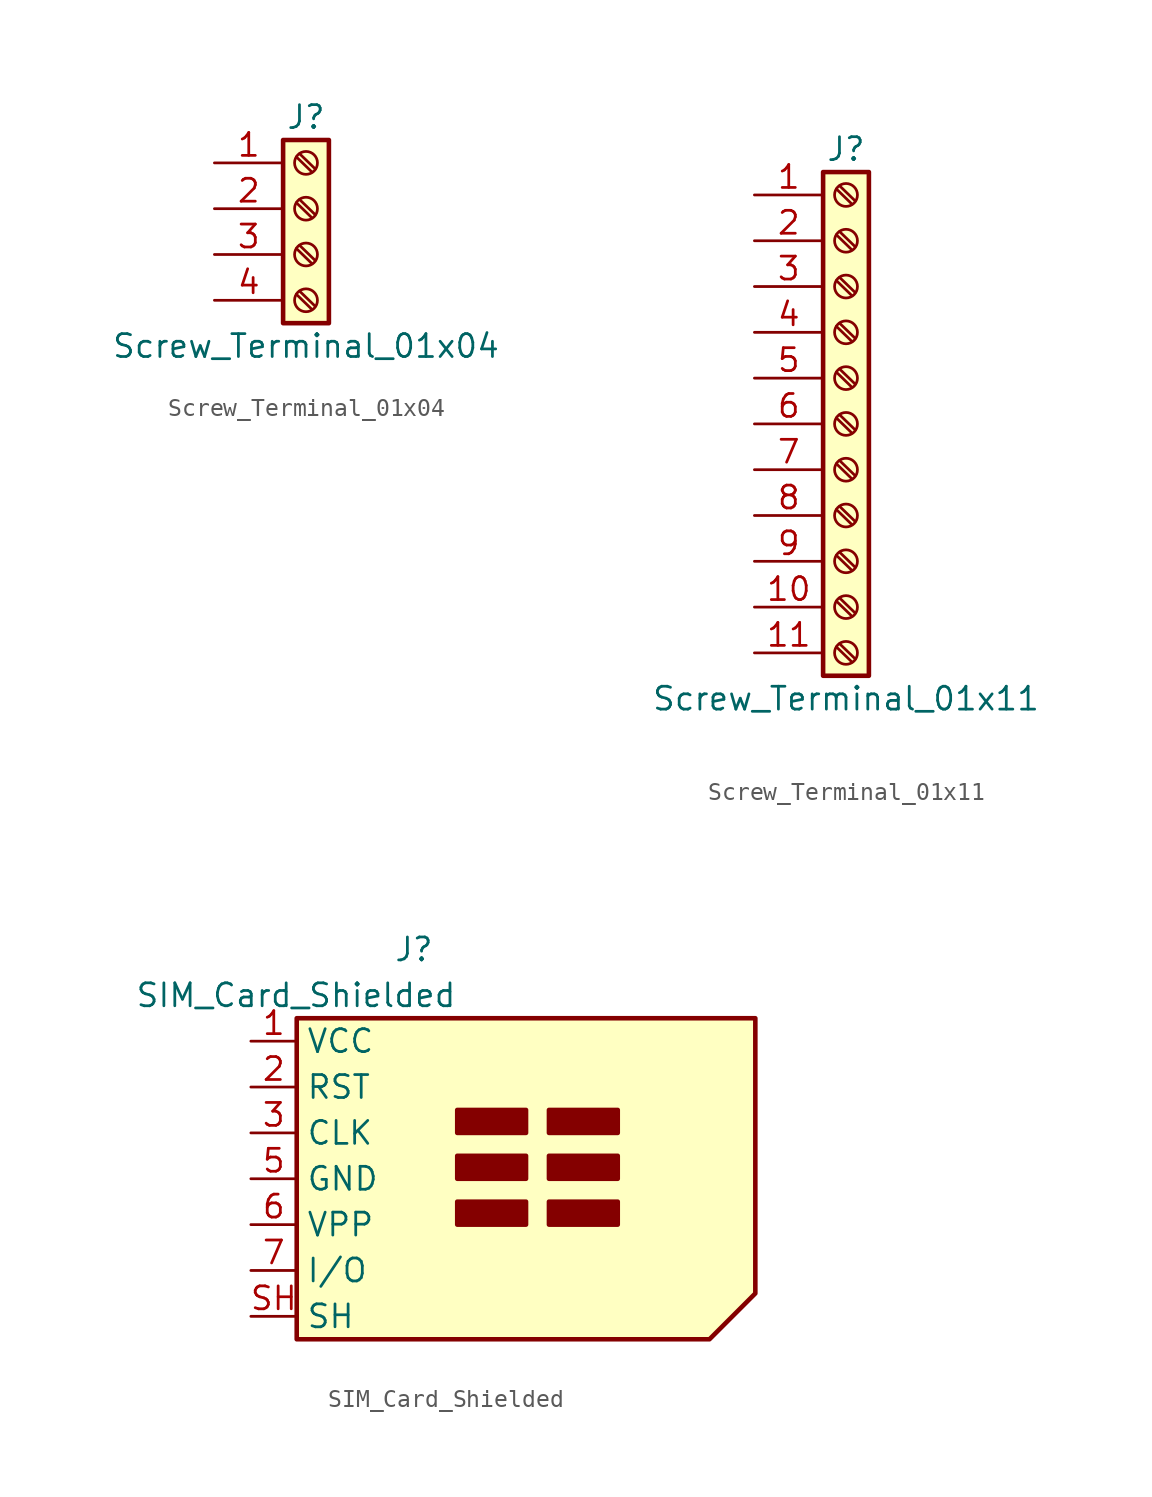
<source format=kicad_sym>
(kicad_symbol_lib
  (version 20241209)
  (generator "kicad_symbol_editor")
  (generator_version "9.0")
  (symbol "Screw_Terminal_01x04"
    (pin_names
      (offset 1.016)
      (hide yes))
    (property "Reference" "J"
      (at 0 5.08 0)
      (effects (font (size 1.27 1.27))))
    (property "Value" "Screw_Terminal_01x04"
      (at 0 -7.62 0)
      (effects (font (size 1.27 1.27))))
    (symbol "Screw_Terminal_01x04_1_1"
      (rectangle (start -1.27 3.81) (end 1.27 -6.35) (stroke (width 0.254) (type default)) (fill (type background)))
      (polyline (pts (xy -0.533 2.87) (xy 0.33 2.032)) (stroke (width 0.152) (type default)) (fill (type none)))
      (polyline (pts (xy -0.533 0.33) (xy 0.33 -0.508)) (stroke (width 0.152) (type default)) (fill (type none)))
      (polyline (pts (xy -0.533 -2.21) (xy 0.33 -3.048)) (stroke (width 0.152) (type default)) (fill (type none)))
      (polyline (pts (xy -0.533 -4.75) (xy 0.33 -5.588)) (stroke (width 0.152) (type default)) (fill (type none)))
      (polyline (pts (xy -0.356 3.048) (xy 0.508 2.21)) (stroke (width 0.152) (type default)) (fill (type none)))
      (polyline (pts (xy -0.356 0.508) (xy 0.508 -0.33)) (stroke (width 0.152) (type default)) (fill (type none)))
      (polyline (pts (xy -0.356 -2.032) (xy 0.508 -2.87)) (stroke (width 0.152) (type default)) (fill (type none)))
      (polyline (pts (xy -0.356 -4.572) (xy 0.508 -5.41)) (stroke (width 0.152) (type default)) (fill (type none)))
      (circle (center 0 2.54) (radius 0.635) (stroke (width 0.152) (type default)) (fill (type none)))
      (circle (center 0 0) (radius 0.635) (stroke (width 0.152) (type default)) (fill (type none)))
      (circle (center 0 -2.54) (radius 0.635) (stroke (width 0.152) (type default)) (fill (type none)))
      (circle (center 0 -5.08) (radius 0.635) (stroke (width 0.152) (type default)) (fill (type none)))
      (pin passive line (at -5.08 2.54 0) (length 3.81) (name "Pin_1" (effects (font (size 1.27 1.27)))) (number "1" (effects (font (size 1.27 1.27)))))
      (pin passive line (at -5.08 0 0) (length 3.81) (name "Pin_2" (effects (font (size 1.27 1.27)))) (number "2" (effects (font (size 1.27 1.27)))))
      (pin passive line (at -5.08 -2.54 0) (length 3.81) (name "Pin_3" (effects (font (size 1.27 1.27)))) (number "3" (effects (font (size 1.27 1.27)))))
      (pin passive line (at -5.08 -5.08 0) (length 3.81) (name "Pin_4" (effects (font (size 1.27 1.27)))) (number "4" (effects (font (size 1.27 1.27)))))))
  (symbol "Screw_Terminal_01x11"
    (pin_names
      (offset 1.016)
      (hide yes))
    (property "Reference" "J"
      (at 0 15.24 0)
      (effects (font (size 1.27 1.27))))
    (property "Value" "Screw_Terminal_01x11"
      (at 0 -15.24 0)
      (effects (font (size 1.27 1.27))))
    (symbol "Screw_Terminal_01x11_1_1"
      (rectangle (start -1.27 13.97) (end 1.27 -13.97) (stroke (width 0.254) (type default)) (fill (type background)))
      (polyline (pts (xy -0.533 13.03) (xy 0.33 12.192)) (stroke (width 0.152) (type default)) (fill (type none)))
      (polyline (pts (xy -0.533 10.49) (xy 0.33 9.652)) (stroke (width 0.152) (type default)) (fill (type none)))
      (polyline (pts (xy -0.533 7.95) (xy 0.33 7.112)) (stroke (width 0.152) (type default)) (fill (type none)))
      (polyline (pts (xy -0.533 5.41) (xy 0.33 4.572)) (stroke (width 0.152) (type default)) (fill (type none)))
      (polyline (pts (xy -0.533 2.87) (xy 0.33 2.032)) (stroke (width 0.152) (type default)) (fill (type none)))
      (polyline (pts (xy -0.533 0.33) (xy 0.33 -0.508)) (stroke (width 0.152) (type default)) (fill (type none)))
      (polyline (pts (xy -0.533 -2.21) (xy 0.33 -3.048)) (stroke (width 0.152) (type default)) (fill (type none)))
      (polyline (pts (xy -0.533 -4.75) (xy 0.33 -5.588)) (stroke (width 0.152) (type default)) (fill (type none)))
      (polyline (pts (xy -0.533 -7.29) (xy 0.33 -8.128)) (stroke (width 0.152) (type default)) (fill (type none)))
      (polyline (pts (xy -0.533 -9.83) (xy 0.33 -10.668)) (stroke (width 0.152) (type default)) (fill (type none)))
      (polyline (pts (xy -0.533 -12.37) (xy 0.33 -13.208)) (stroke (width 0.152) (type default)) (fill (type none)))
      (polyline (pts (xy -0.356 13.208) (xy 0.508 12.37)) (stroke (width 0.152) (type default)) (fill (type none)))
      (polyline (pts (xy -0.356 10.668) (xy 0.508 9.83)) (stroke (width 0.152) (type default)) (fill (type none)))
      (polyline (pts (xy -0.356 8.128) (xy 0.508 7.29)) (stroke (width 0.152) (type default)) (fill (type none)))
      (polyline (pts (xy -0.356 5.588) (xy 0.508 4.75)) (stroke (width 0.152) (type default)) (fill (type none)))
      (polyline (pts (xy -0.356 3.048) (xy 0.508 2.21)) (stroke (width 0.152) (type default)) (fill (type none)))
      (polyline (pts (xy -0.356 0.508) (xy 0.508 -0.33)) (stroke (width 0.152) (type default)) (fill (type none)))
      (polyline (pts (xy -0.356 -2.032) (xy 0.508 -2.87)) (stroke (width 0.152) (type default)) (fill (type none)))
      (polyline (pts (xy -0.356 -4.572) (xy 0.508 -5.41)) (stroke (width 0.152) (type default)) (fill (type none)))
      (polyline (pts (xy -0.356 -7.112) (xy 0.508 -7.95)) (stroke (width 0.152) (type default)) (fill (type none)))
      (polyline (pts (xy -0.356 -9.652) (xy 0.508 -10.49)) (stroke (width 0.152) (type default)) (fill (type none)))
      (polyline (pts (xy -0.356 -12.192) (xy 0.508 -13.03)) (stroke (width 0.152) (type default)) (fill (type none)))
      (circle (center 0 12.7) (radius 0.635) (stroke (width 0.152) (type default)) (fill (type none)))
      (circle (center 0 10.16) (radius 0.635) (stroke (width 0.152) (type default)) (fill (type none)))
      (circle (center 0 7.62) (radius 0.635) (stroke (width 0.152) (type default)) (fill (type none)))
      (circle (center 0 5.08) (radius 0.635) (stroke (width 0.152) (type default)) (fill (type none)))
      (circle (center 0 2.54) (radius 0.635) (stroke (width 0.152) (type default)) (fill (type none)))
      (circle (center 0 0) (radius 0.635) (stroke (width 0.152) (type default)) (fill (type none)))
      (circle (center 0 -2.54) (radius 0.635) (stroke (width 0.152) (type default)) (fill (type none)))
      (circle (center 0 -5.08) (radius 0.635) (stroke (width 0.152) (type default)) (fill (type none)))
      (circle (center 0 -7.62) (radius 0.635) (stroke (width 0.152) (type default)) (fill (type none)))
      (circle (center 0 -10.16) (radius 0.635) (stroke (width 0.152) (type default)) (fill (type none)))
      (circle (center 0 -12.7) (radius 0.635) (stroke (width 0.152) (type default)) (fill (type none)))
      (pin passive line (at -5.08 12.7 0) (length 3.81) (name "Pin_1" (effects (font (size 1.27 1.27)))) (number "1" (effects (font (size 1.27 1.27)))))
      (pin passive line (at -5.08 10.16 0) (length 3.81) (name "Pin_2" (effects (font (size 1.27 1.27)))) (number "2" (effects (font (size 1.27 1.27)))))
      (pin passive line (at -5.08 7.62 0) (length 3.81) (name "Pin_3" (effects (font (size 1.27 1.27)))) (number "3" (effects (font (size 1.27 1.27)))))
      (pin passive line (at -5.08 5.08 0) (length 3.81) (name "Pin_4" (effects (font (size 1.27 1.27)))) (number "4" (effects (font (size 1.27 1.27)))))
      (pin passive line (at -5.08 2.54 0) (length 3.81) (name "Pin_5" (effects (font (size 1.27 1.27)))) (number "5" (effects (font (size 1.27 1.27)))))
      (pin passive line (at -5.08 0 0) (length 3.81) (name "Pin_6" (effects (font (size 1.27 1.27)))) (number "6" (effects (font (size 1.27 1.27)))))
      (pin passive line (at -5.08 -2.54 0) (length 3.81) (name "Pin_7" (effects (font (size 1.27 1.27)))) (number "7" (effects (font (size 1.27 1.27)))))
      (pin passive line (at -5.08 -5.08 0) (length 3.81) (name "Pin_8" (effects (font (size 1.27 1.27)))) (number "8" (effects (font (size 1.27 1.27)))))
      (pin passive line (at -5.08 -7.62 0) (length 3.81) (name "Pin_9" (effects (font (size 1.27 1.27)))) (number "9" (effects (font (size 1.27 1.27)))))
      (pin passive line (at -5.08 -10.16 0) (length 3.81) (name "Pin_10" (effects (font (size 1.27 1.27)))) (number "10" (effects (font (size 1.27 1.27)))))
      (pin passive line (at -5.08 -12.7 0) (length 3.81) (name "Pin_11" (effects (font (size 1.27 1.27)))) (number "11" (effects (font (size 1.27 1.27)))))))
  (symbol "SIM_Card_Shielded"
    (property "Reference" "J"
      (at -2.54 12.7 0)
      (effects (font (size 1.27 1.27)) (justify right)))
    (property "Value" "SIM_Card_Shielded"
      (at -1.27 10.16 0)
      (effects (font (size 1.27 1.27)) (justify right)))
    (symbol "SIM_Card_Shielded_0_1"
      (polyline (pts (xy -10.16 8.89) (xy -10.16 -8.89) (xy 12.7 -8.89) (xy 15.24 -6.35) (xy 15.24 8.89) (xy -10.16 8.89)) (stroke (width 0.254) (type default)) (fill (type background)))
      (rectangle (start -1.27 2.54) (end 2.54 3.81) (stroke (width 0.254) (type default)) (fill (type outline)))
      (rectangle (start -1.27 0) (end 2.54 1.27) (stroke (width 0.254) (type default)) (fill (type outline)))
      (rectangle (start -1.27 -2.54) (end 2.54 -1.27) (stroke (width 0.254) (type default)) (fill (type outline)))
      (rectangle (start 3.81 2.54) (end 7.62 3.81) (stroke (width 0.254) (type default)) (fill (type outline)))
      (rectangle (start 3.81 0) (end 7.62 1.27) (stroke (width 0.254) (type default)) (fill (type outline)))
      (rectangle (start 3.81 -1.27) (end 7.62 -2.54) (stroke (width 0.254) (type default)) (fill (type outline))))
    (symbol "SIM_Card_Shielded_1_1"
      (pin power_in line (at -12.7 7.62 0) (length 2.54) (name "VCC" (effects (font (size 1.27 1.27)))) (number "1" (effects (font (size 1.27 1.27)))))
      (pin input line (at -12.7 5.08 0) (length 2.54) (name "RST" (effects (font (size 1.27 1.27)))) (number "2" (effects (font (size 1.27 1.27)))))
      (pin input line (at -12.7 2.54 0) (length 2.54) (name "CLK" (effects (font (size 1.27 1.27)))) (number "3" (effects (font (size 1.27 1.27)))))
      (pin power_in line (at -12.7 0 0) (length 2.54) (name "GND" (effects (font (size 1.27 1.27)))) (number "5" (effects (font (size 1.27 1.27)))))
      (pin input line (at -12.7 -2.54 0) (length 2.54) (name "VPP" (effects (font (size 1.27 1.27)))) (number "6" (effects (font (size 1.27 1.27)))))
      (pin bidirectional line (at -12.7 -5.08 0) (length 2.54) (name "I/O" (effects (font (size 1.27 1.27)))) (number "7" (effects (font (size 1.27 1.27)))))
      (pin passive line (at -12.7 -7.62 0) (length 2.54) (name "SH" (effects (font (size 1.27 1.27)))) (number "SH" (effects (font (size 1.27 1.27))))))))
</source>
